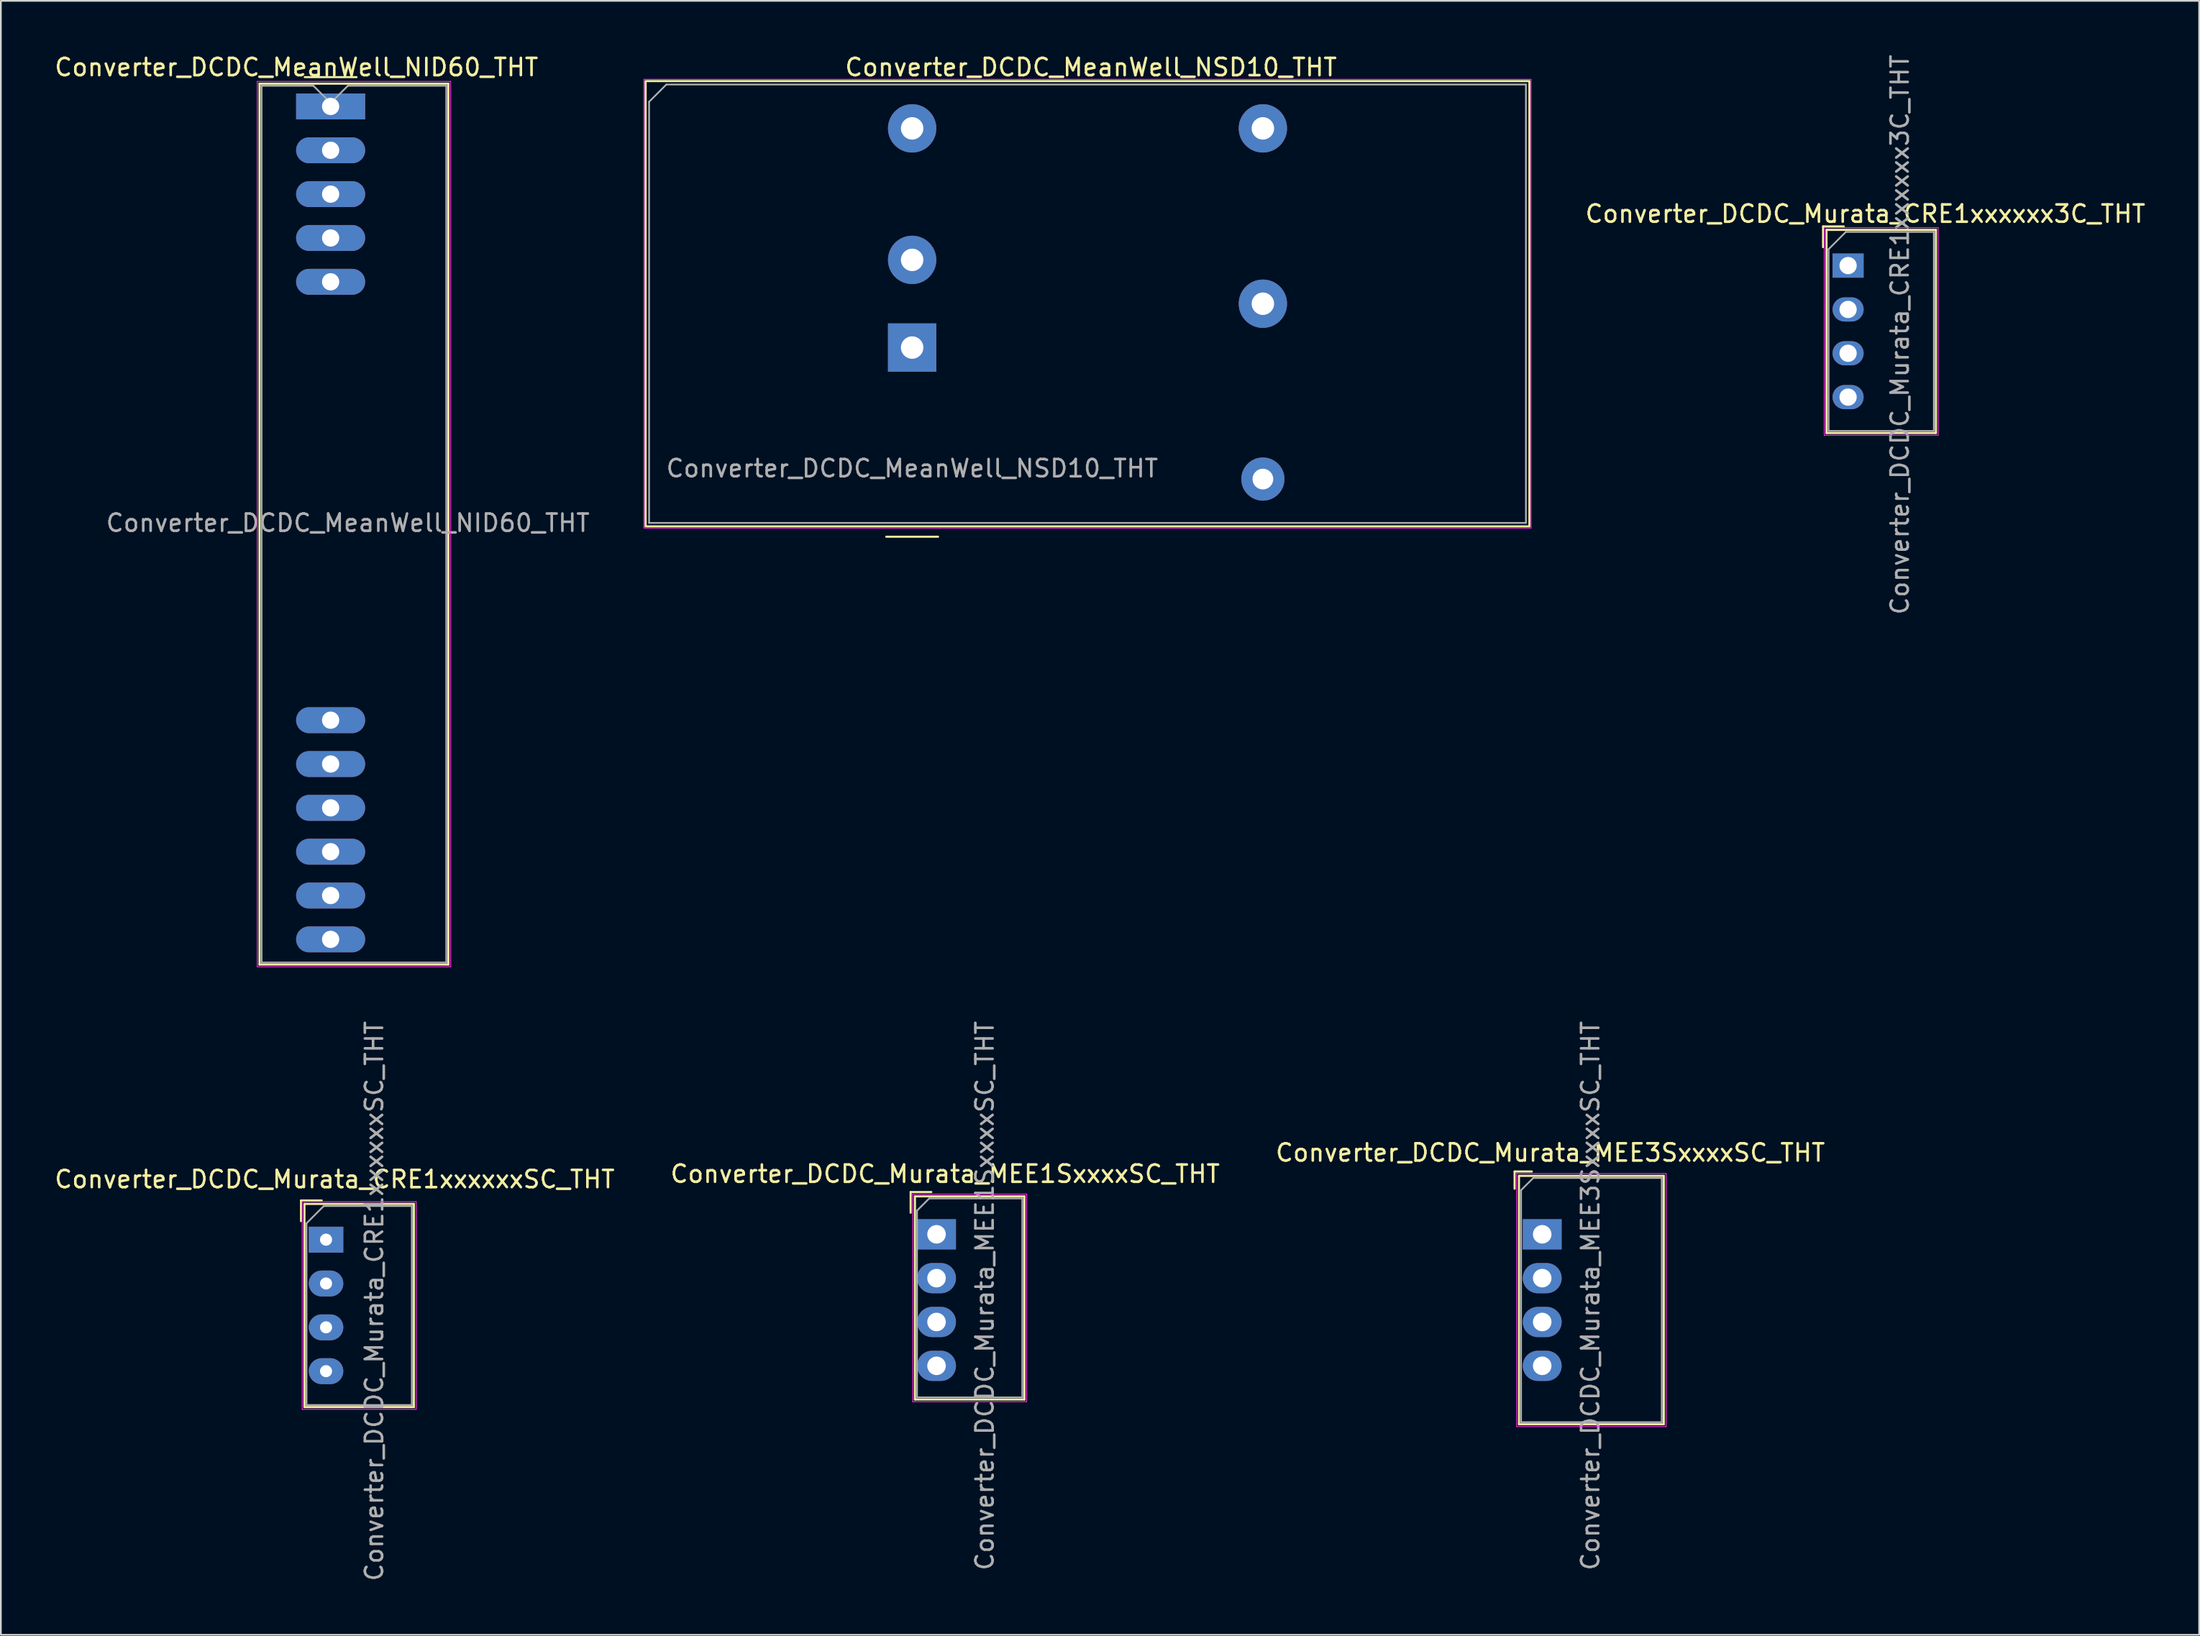
<source format=kicad_pcb>
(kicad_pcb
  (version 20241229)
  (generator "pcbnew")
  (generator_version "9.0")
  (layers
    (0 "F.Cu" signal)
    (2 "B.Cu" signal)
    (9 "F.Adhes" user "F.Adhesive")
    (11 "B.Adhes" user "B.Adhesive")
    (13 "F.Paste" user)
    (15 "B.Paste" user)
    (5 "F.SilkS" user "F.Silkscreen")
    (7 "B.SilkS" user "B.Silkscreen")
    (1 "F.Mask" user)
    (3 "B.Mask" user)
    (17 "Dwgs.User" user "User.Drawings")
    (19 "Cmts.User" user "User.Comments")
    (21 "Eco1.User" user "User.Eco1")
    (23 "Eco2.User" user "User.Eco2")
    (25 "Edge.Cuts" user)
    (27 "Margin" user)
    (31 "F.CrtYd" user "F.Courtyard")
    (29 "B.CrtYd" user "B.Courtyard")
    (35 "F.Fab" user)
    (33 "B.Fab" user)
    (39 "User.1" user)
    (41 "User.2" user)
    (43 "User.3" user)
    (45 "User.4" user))
  (footprint "Converter_DCDC_MeanWell_NID60_THT"
    (layer "F.Cu")
    (at 16.105 3.118)
    (property "Reference" "Converter_DCDC_MeanWell_NID60_THT" (at -1.98 -2.27 0) (layer "F.SilkS") (effects (font (size 1 1) (thickness 0.15))))
    (attr through_hole)
    (fp_line (start -4.12 -1.32) (end 6.82 -1.32) (stroke (width 0.12) (type solid)) (layer "F.SilkS"))
    (fp_line (start -4.12 49.72) (end -4.12 -1.32) (stroke (width 0.12) (type solid)) (layer "F.SilkS"))
    (fp_line (start 1.5 -1.7) (end -1.5 -1.7) (stroke (width 0.12) (type solid)) (layer "F.SilkS"))
    (fp_line (start 6.82 -1.32) (end 6.82 49.72) (stroke (width 0.12) (type solid)) (layer "F.SilkS"))
    (fp_line (start 6.82 49.72) (end -4.12 49.72) (stroke (width 0.12) (type solid)) (layer "F.SilkS"))
    (fp_line (start -4.25 -1.45) (end -4.25 49.85) (stroke (width 0.05) (type solid)) (layer "F.CrtYd"))
    (fp_line (start -4.25 -1.45) (end 6.95 -1.45) (stroke (width 0.05) (type solid)) (layer "F.CrtYd"))
    (fp_line (start -4.25 49.85) (end 6.95 49.85) (stroke (width 0.05) (type solid)) (layer "F.CrtYd"))
    (fp_line (start 6.95 -1.45) (end 6.95 49.85) (stroke (width 0.05) (type solid)) (layer "F.CrtYd"))
    (fp_line (start -4 49.6) (end -4 -1.2) (stroke (width 0.1) (type solid)) (layer "F.Fab"))
    (fp_line (start -1 -1.2) (end -4 -1.2) (stroke (width 0.1) (type solid)) (layer "F.Fab"))
    (fp_line (start -1 -1.2) (end 0 -0.2) (stroke (width 0.1) (type solid)) (layer "F.Fab"))
    (fp_line (start 0 -0.2) (end 1 -1.2) (stroke (width 0.1) (type solid)) (layer "F.Fab"))
    (fp_line (start 1 -1.2) (end 6.7 -1.2) (stroke (width 0.1) (type solid)) (layer "F.Fab"))
    (fp_line (start 6.7 -1.2) (end 6.7 49.6) (stroke (width 0.1) (type solid)) (layer "F.Fab"))
    (fp_line (start 6.7 49.6) (end -4 49.6) (stroke (width 0.1) (type solid)) (layer "F.Fab"))
    (fp_text user "${REFERENCE}" (at 1 24.13 0) (layer "F.Fab") (effects (font (size 1 1) (thickness 0.15))))
    (pad "1" thru_hole rect (at 0 0) (size 4 1.5) (drill 1) (layers "*.Cu" "*.Mask"))
    (pad "2" thru_hole oval (at 0 2.54) (size 4 1.5) (drill 1) (layers "*.Cu" "*.Mask"))
    (pad "3" thru_hole oval (at 0 5.08) (size 4 1.5) (drill 1) (layers "*.Cu" "*.Mask"))
    (pad "4" thru_hole oval (at 0 7.62) (size 4 1.5) (drill 1) (layers "*.Cu" "*.Mask"))
    (pad "5" thru_hole oval (at 0 10.16) (size 4 1.5) (drill 1) (layers "*.Cu" "*.Mask"))
    (pad "6" thru_hole oval (at 0 35.56) (size 4 1.5) (drill 1) (layers "*.Cu" "*.Mask"))
    (pad "7" thru_hole oval (at 0 38.1) (size 4 1.5) (drill 1) (layers "*.Cu" "*.Mask"))
    (pad "8" thru_hole oval (at 0 40.64) (size 4 1.5) (drill 1) (layers "*.Cu" "*.Mask"))
    (pad "9" thru_hole oval (at 0 43.18) (size 4 1.5) (drill 1) (layers "*.Cu" "*.Mask"))
    (pad "10" thru_hole oval (at 0 45.72) (size 4 1.5) (drill 1) (layers "*.Cu" "*.Mask"))
    (pad "11" thru_hole oval (at 0 48.26) (size 4 1.5) (drill 1) (layers "*.Cu" "*.Mask")))
  (footprint "Converter_DCDC_Murata_CRE1xxxxxxSC_THT"
    (layer "F.Cu")
    (at 15.839 68.777)
    (property "Reference" "Converter_DCDC_Murata_CRE1xxxxxxSC_THT" (at 0.5 -3.5 180) (layer "F.SilkS") (effects (font (size 1 1) (thickness 0.15))))
    (attr through_hole)
    (fp_line (start -1.45 -2.27) (end -1.45 -1.07) (stroke (width 0.12) (type solid)) (layer "F.SilkS"))
    (fp_line (start -1.25 -2.07) (end -1.25 9.7) (stroke (width 0.12) (type solid)) (layer "F.SilkS"))
    (fp_line (start -0.25 -2.27) (end -1.45 -2.27) (stroke (width 0.12) (type solid)) (layer "F.SilkS"))
    (fp_line (start 5.09 -2.07) (end -1.25 -2.07) (stroke (width 0.12) (type solid)) (layer "F.SilkS"))
    (fp_line (start 5.09 -2.07) (end 5.09 9.7) (stroke (width 0.12) (type solid)) (layer "F.SilkS"))
    (fp_line (start 5.09 9.7) (end -1.25 9.7) (stroke (width 0.12) (type solid)) (layer "F.SilkS"))
    (fp_line (start -1.38 -2.2) (end -1.38 9.83) (stroke (width 0.05) (type solid)) (layer "F.CrtYd"))
    (fp_line (start 5.22 -2.2) (end -1.38 -2.2) (stroke (width 0.05) (type solid)) (layer "F.CrtYd"))
    (fp_line (start 5.22 -2.2) (end 5.22 9.83) (stroke (width 0.05) (type solid)) (layer "F.CrtYd"))
    (fp_line (start 5.22 9.83) (end -1.38 9.83) (stroke (width 0.05) (type solid)) (layer "F.CrtYd"))
    (fp_line (start -1.13 -0.95) (end -1.13 9.58) (stroke (width 0.1) (type solid)) (layer "F.Fab"))
    (fp_line (start -1.13 9.58) (end 4.97 9.58) (stroke (width 0.1) (type solid)) (layer "F.Fab"))
    (fp_line (start -0.13 -1.95) (end -1.13 -0.95) (stroke (width 0.1) (type solid)) (layer "F.Fab"))
    (fp_line (start -0.13 -1.95) (end 4.97 -1.95) (stroke (width 0.1) (type solid)) (layer "F.Fab"))
    (fp_line (start 4.97 -1.95) (end 4.97 9.58) (stroke (width 0.1) (type solid)) (layer "F.Fab"))
    (fp_text user "${REFERENCE}" (at 2.794 3.556 270) (layer "F.Fab") (effects (font (size 1 1) (thickness 0.15))))
    (pad "1" thru_hole rect (at 0 0 270) (size 1.5 2) (drill 0.7) (layers "*.Cu" "*.Mask"))
    (pad "2" thru_hole oval (at 0 2.54 270) (size 1.5 2) (drill 0.7) (layers "*.Cu" "*.Mask"))
    (pad "3" thru_hole oval (at 0 5.08 270) (size 1.5 2) (drill 0.7) (layers "*.Cu" "*.Mask"))
    (pad "4" thru_hole oval (at 0 7.62 270) (size 1.5 2) (drill 0.7) (layers "*.Cu" "*.Mask")))
  (footprint "Converter_DCDC_MeanWell_NSD10_THT"
    (layer "F.Cu")
    (at 49.795 17.088)
    (property "Reference" "Converter_DCDC_MeanWell_NSD10_THT" (at 10.36 -16.24 180) (layer "F.SilkS") (effects (font (size 1 1) (thickness 0.15))))
    (attr through_hole)
    (fp_line (start -1.5 10.96) (end 1.5 10.96) (stroke (width 0.12) (type solid)) (layer "F.SilkS"))
    (fp_rect (start -15.44 -15.44) (end 35.76 10.36) (stroke (width 0.12) (type default)) (fill no) (layer "F.SilkS"))
    (fp_rect (start -15.54 -15.54) (end 35.86 10.46) (stroke (width 0.05) (type default)) (fill no) (layer "F.CrtYd"))
    (fp_line (start -15.24 -14.24) (end -15.24 10.16) (stroke (width 0.1) (type solid)) (layer "F.Fab"))
    (fp_line (start -15.24 10.16) (end 35.56 10.16) (stroke (width 0.1) (type solid)) (layer "F.Fab"))
    (fp_line (start -14.24 -15.24) (end -15.24 -14.24) (stroke (width 0.1) (type default)) (layer "F.Fab"))
    (fp_line (start -14.24 -15.24) (end 35.56 -15.24) (stroke (width 0.1) (type solid)) (layer "F.Fab"))
    (fp_line (start 35.56 -15.24) (end 35.56 10.16) (stroke (width 0.1) (type solid)) (layer "F.Fab"))
    (fp_text user "${REFERENCE}" (at 0 7 180) (layer "F.Fab") (effects (font (size 1 1) (thickness 0.15))))
    (pad "1" thru_hole rect (at 0 0) (size 2.8 2.8) (drill 1.3) (layers "*.Cu" "*.Mask"))
    (pad "2" thru_hole circle (at 0 -5.08) (size 2.8 2.8) (drill 1.3) (layers "*.Cu" "*.Mask"))
    (pad "3" thru_hole circle (at 20.32 7.62) (size 2.5 2.5) (drill 1.2) (layers "*.Cu" "*.Mask"))
    (pad "4" thru_hole circle (at 20.32 -2.54) (size 2.8 2.8) (drill 1.3) (layers "*.Cu" "*.Mask"))
    (pad "5" thru_hole circle (at 20.32 -12.7) (size 2.8 2.8) (drill 1.3) (layers "*.Cu" "*.Mask"))
    (pad "6" thru_hole circle (at 0 -12.7) (size 2.8 2.8) (drill 1.3) (layers "*.Cu" "*.Mask")))
  (footprint "Converter_DCDC_Murata_CRE1xxxxxx3C_THT"
    (layer "F.Cu")
    (at 104.019 12.339)
    (property "Reference" "Converter_DCDC_Murata_CRE1xxxxxx3C_THT" (at 1 -3 0) (layer "F.SilkS") (effects (font (size 1 1) (thickness 0.15))))
    (attr through_hole)
    (fp_line (start -1.45 -2.27) (end -1.45 -1.07) (stroke (width 0.12) (type solid)) (layer "F.SilkS"))
    (fp_line (start -1.25 -2.07) (end -1.25 9.7) (stroke (width 0.12) (type solid)) (layer "F.SilkS"))
    (fp_line (start -0.25 -2.27) (end -1.45 -2.27) (stroke (width 0.12) (type solid)) (layer "F.SilkS"))
    (fp_line (start 5.09 -2.07) (end -1.25 -2.07) (stroke (width 0.12) (type solid)) (layer "F.SilkS"))
    (fp_line (start 5.09 -2.07) (end 5.09 9.7) (stroke (width 0.12) (type solid)) (layer "F.SilkS"))
    (fp_line (start 5.09 9.7) (end -1.25 9.7) (stroke (width 0.12) (type solid)) (layer "F.SilkS"))
    (fp_line (start -1.38 -2.2) (end -1.38 9.83) (stroke (width 0.05) (type solid)) (layer "F.CrtYd"))
    (fp_line (start 5.22 -2.2) (end -1.38 -2.2) (stroke (width 0.05) (type solid)) (layer "F.CrtYd"))
    (fp_line (start 5.22 -2.2) (end 5.22 9.83) (stroke (width 0.05) (type solid)) (layer "F.CrtYd"))
    (fp_line (start 5.22 9.83) (end -1.38 9.83) (stroke (width 0.05) (type solid)) (layer "F.CrtYd"))
    (fp_line (start -1.13 -0.95) (end -1.13 9.58) (stroke (width 0.1) (type solid)) (layer "F.Fab"))
    (fp_line (start -1.13 9.58) (end 4.97 9.58) (stroke (width 0.1) (type solid)) (layer "F.Fab"))
    (fp_line (start -0.13 -1.95) (end -1.13 -0.95) (stroke (width 0.1) (type solid)) (layer "F.Fab"))
    (fp_line (start -0.13 -1.95) (end 4.97 -1.95) (stroke (width 0.1) (type solid)) (layer "F.Fab"))
    (fp_line (start 4.97 -1.95) (end 4.97 9.58) (stroke (width 0.1) (type solid)) (layer "F.Fab"))
    (fp_text user "${REFERENCE}" (at 3 4 90) (layer "F.Fab") (effects (font (size 1 1) (thickness 0.15))))
    (pad "1" thru_hole rect (at 0 0 270) (size 1.4 1.8) (drill 1) (layers "*.Cu" "*.Mask"))
    (pad "2" thru_hole oval (at 0 2.54 270) (size 1.4 1.8) (drill 1) (layers "*.Cu" "*.Mask"))
    (pad "3" thru_hole oval (at 0 5.08 270) (size 1.4 1.8) (drill 1) (layers "*.Cu" "*.Mask"))
    (pad "4" thru_hole oval (at 0 7.62 270) (size 1.4 1.8) (drill 1) (layers "*.Cu" "*.Mask")))
  (footprint "Converter_DCDC_Murata_MEE1SxxxxSC_THT"
    (layer "F.Cu")
    (at 51.208 68.467)
    (property "Reference" "Converter_DCDC_Murata_MEE1SxxxxSC_THT" (at 0.5 -3.5 180) (layer "F.SilkS") (effects (font (size 1 1) (thickness 0.15))))
    (attr through_hole)
    (fp_line (start -1.5 -2.45) (end -1.5 -1.25) (stroke (width 0.12) (type solid)) (layer "F.SilkS"))
    (fp_line (start -1.25 -2.2) (end -1.25 9.57) (stroke (width 0.12) (type solid)) (layer "F.SilkS"))
    (fp_line (start -0.3 -2.45) (end -1.5 -2.45) (stroke (width 0.12) (type solid)) (layer "F.SilkS"))
    (fp_line (start 5.09 -2.2) (end -1.25 -2.2) (stroke (width 0.12) (type solid)) (layer "F.SilkS"))
    (fp_line (start 5.09 -2.2) (end 5.09 9.57) (stroke (width 0.12) (type solid)) (layer "F.SilkS"))
    (fp_line (start 5.09 9.57) (end -1.25 9.57) (stroke (width 0.12) (type solid)) (layer "F.SilkS"))
    (fp_line (start -1.38 -2.33) (end -1.38 9.7) (stroke (width 0.05) (type solid)) (layer "F.CrtYd"))
    (fp_line (start 5.22 -2.33) (end -1.38 -2.33) (stroke (width 0.05) (type solid)) (layer "F.CrtYd"))
    (fp_line (start 5.22 -2.33) (end 5.22 9.7) (stroke (width 0.05) (type solid)) (layer "F.CrtYd"))
    (fp_line (start 5.22 9.7) (end -1.38 9.7) (stroke (width 0.05) (type solid)) (layer "F.CrtYd"))
    (fp_line (start -1.13 -1.373) (end -1.13 9.45) (stroke (width 0.1) (type solid)) (layer "F.Fab"))
    (fp_line (start -1.13 9.45) (end 4.97 9.45) (stroke (width 0.1) (type solid)) (layer "F.Fab"))
    (fp_line (start -0.423 -2.08) (end -1.13 -1.373) (stroke (width 0.1) (type solid)) (layer "F.Fab"))
    (fp_line (start -0.423 -2.08) (end 4.97 -2.08) (stroke (width 0.1) (type solid)) (layer "F.Fab"))
    (fp_line (start 4.97 -2.08) (end 4.97 9.45) (stroke (width 0.1) (type solid)) (layer "F.Fab"))
    (fp_text user "${REFERENCE}" (at 2.794 3.556 270) (layer "F.Fab") (effects (font (size 1 1) (thickness 0.15))))
    (pad "1" thru_hole rect (at 0 0 270) (size 1.75 2.25) (drill 1.075) (layers "*.Cu" "*.Mask"))
    (pad "2" thru_hole oval (at 0 2.54 270) (size 1.75 2.25) (drill 1.075) (layers "*.Cu" "*.Mask"))
    (pad "3" thru_hole oval (at 0 5.08 270) (size 1.75 2.25) (drill 1.075) (layers "*.Cu" "*.Mask"))
    (pad "4" thru_hole oval (at 0 7.62 270) (size 1.75 2.25) (drill 1.075) (layers "*.Cu" "*.Mask")))
  (footprint "Converter_DCDC_Murata_MEE3SxxxxSC_THT"
    (layer "F.Cu")
    (at 86.298 68.467)
    (property "Reference" "Converter_DCDC_Murata_MEE3SxxxxSC_THT" (at 0.47 -4.73 180) (layer "F.SilkS") (effects (font (size 1 1) (thickness 0.15))))
    (attr through_hole)
    (fp_line (start -1.6 -3.64) (end -1.6 -2.64) (stroke (width 0.12) (type solid)) (layer "F.SilkS"))
    (fp_line (start -1.345 -3.385) (end -1.345 11.005) (stroke (width 0.12) (type solid)) (layer "F.SilkS"))
    (fp_line (start -0.6 -3.64) (end -1.6 -3.64) (stroke (width 0.12) (type solid)) (layer "F.SilkS"))
    (fp_line (start 7.045 -3.385) (end -1.345 -3.385) (stroke (width 0.12) (type solid)) (layer "F.SilkS"))
    (fp_line (start 7.045 -3.385) (end 7.045 11.005) (stroke (width 0.12) (type solid)) (layer "F.SilkS"))
    (fp_line (start 7.045 11.005) (end -1.345 11.005) (stroke (width 0.12) (type solid)) (layer "F.SilkS"))
    (fp_line (start -1.48 -3.52) (end -1.48 11.14) (stroke (width 0.05) (type solid)) (layer "F.CrtYd"))
    (fp_line (start 7.18 -3.52) (end -1.48 -3.52) (stroke (width 0.05) (type solid)) (layer "F.CrtYd"))
    (fp_line (start 7.18 -3.52) (end 7.18 11.14) (stroke (width 0.05) (type solid)) (layer "F.CrtYd"))
    (fp_line (start 7.18 11.14) (end -1.48 11.14) (stroke (width 0.05) (type solid)) (layer "F.CrtYd"))
    (fp_line (start -1.225 -2.558) (end -1.225 10.885) (stroke (width 0.1) (type solid)) (layer "F.Fab"))
    (fp_line (start -1.225 -2.558) (end -0.518 -3.265) (stroke (width 0.1) (type solid)) (layer "F.Fab"))
    (fp_line (start -1.225 10.885) (end 6.925 10.885) (stroke (width 0.1) (type solid)) (layer "F.Fab"))
    (fp_line (start -0.518 -3.265) (end 6.925 -3.265) (stroke (width 0.1) (type solid)) (layer "F.Fab"))
    (fp_line (start 6.925 -3.265) (end 6.925 10.885) (stroke (width 0.1) (type solid)) (layer "F.Fab"))
    (fp_text user "${REFERENCE}" (at 2.794 3.556 270) (layer "F.Fab") (effects (font (size 1 1) (thickness 0.15))))
    (pad "1" thru_hole rect (at 0 0 270) (size 1.75 2.25) (drill 1.075) (layers "*.Cu" "*.Mask"))
    (pad "2" thru_hole oval (at 0 2.54 270) (size 1.75 2.25) (drill 1.075) (layers "*.Cu" "*.Mask"))
    (pad "3" thru_hole oval (at 0 5.08 270) (size 1.75 2.25) (drill 1.075) (layers "*.Cu" "*.Mask"))
    (pad "4" thru_hole oval (at 0 7.62 270) (size 1.75 2.25) (drill 1.075) (layers "*.Cu" "*.Mask")))
  (gr_rect
    (start -3 -3)
    (end 124.359 91.672)
    (stroke (width 0.1) (type default))
    (fill no)
    (layer "Edge.Cuts")))
</source>
